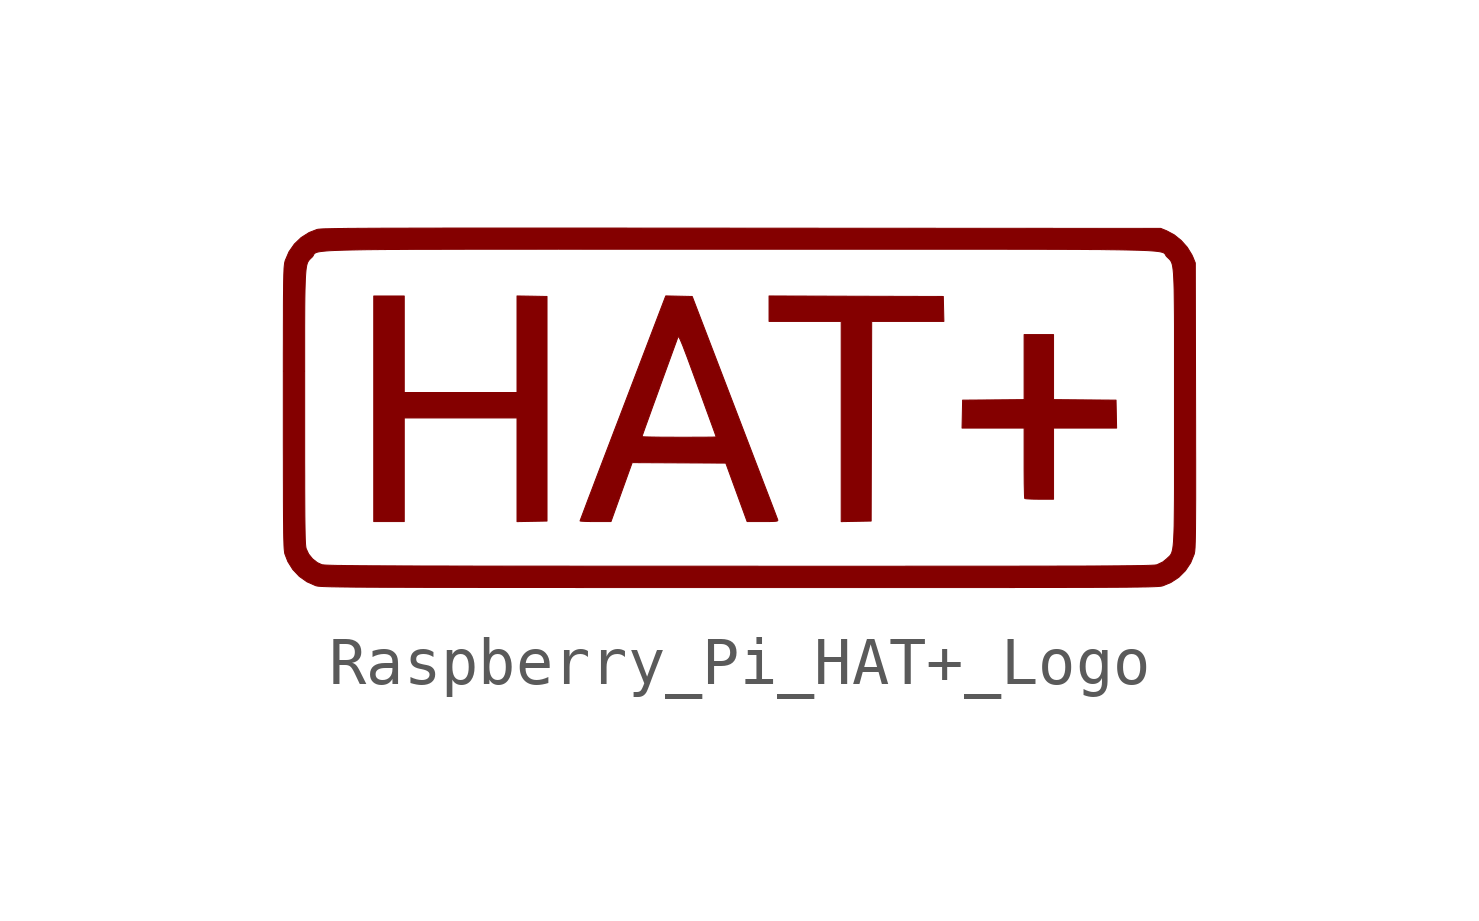
<source format=kicad_sym>
(kicad_symbol_lib
  (version 20231120)
  (generator "kicad_symbol_editor")
  (generator_version "8.0")
  (symbol "Raspberry_Pi_HAT+_Logo"
    (pin_names
      (offset 1.016))
    (property "Reference" "#G"
      (at 0 5.08 0)
      (effects (font (size 1.27 1.27)) (hide yes)))
    (symbol "Raspberry_Pi_HAT+_Logo_0_0"
      (polyline (pts (xy 2.429 -2.366) (xy 2.741 -2.36) (xy 2.747 -0.28) (xy 2.752 1.799) (xy 3.504 1.799) (xy 4.256 1.799) (xy 4.25 2.058) (xy 4.244 2.318) (xy 2.429 2.323) (xy 0.614 2.329) (xy 0.614 2.064) (xy 0.614 1.799) (xy 1.365 1.799) (xy 2.117 1.799) (xy 2.117 -0.286) (xy 2.117 -2.372) (xy 2.429 -2.366)) (stroke (width 0.01) (type default)) (fill (type outline)))
      (polyline (pts (xy -4.323 -2.366) (xy -4.011 -2.36) (xy -4.011 -0.021) (xy -4.011 2.318) (xy -4.323 2.324) (xy -4.636 2.329) (xy -4.636 1.323) (xy -4.636 0.318) (xy -5.81 0.318) (xy -6.985 0.318) (xy -6.985 1.323) (xy -6.985 2.328) (xy -7.303 2.328) (xy -7.62 2.328) (xy -7.62 -0.021) (xy -7.62 -2.371) (xy -7.303 -2.371) (xy -6.985 -2.371) (xy -6.985 -1.291) (xy -6.985 -0.212) (xy -5.81 -0.212) (xy -4.636 -0.212) (xy -4.636 -1.292) (xy -4.636 -2.372) (xy -4.323 -2.366)) (stroke (width 0.01) (type default)) (fill (type outline)))
      (polyline (pts (xy 6.54 -1.164) (xy 6.54 -0.423) (xy 7.197 -0.423) (xy 7.854 -0.423) (xy 7.848 -0.132) (xy 7.842 0.159) (xy 7.191 0.164) (xy 6.54 0.17) (xy 6.54 0.847) (xy 6.54 1.524) (xy 6.234 1.524) (xy 5.927 1.524) (xy 5.927 0.847) (xy 5.927 0.17) (xy 5.286 0.164) (xy 4.646 0.159) (xy 4.64 -0.132) (xy 4.634 -0.423) (xy 5.28 -0.423) (xy 5.927 -0.423) (xy 5.927 -1.15) (xy 5.927 -1.287) (xy 5.928 -1.448) (xy 5.929 -1.591) (xy 5.932 -1.712) (xy 5.934 -1.806) (xy 5.937 -1.867) (xy 5.941 -1.891) (xy 5.944 -1.892) (xy 5.981 -1.897) (xy 6.049 -1.901) (xy 6.14 -1.904) (xy 6.248 -1.905) (xy 6.54 -1.905) (xy 6.54 -1.164)) (stroke (width 0.01) (type default)) (fill (type outline)))
      (polyline (pts (xy -2.458 -1.757) (xy -2.237 -1.143) (xy -1.262 -1.148) (xy -0.287 -1.153) (xy -0.065 -1.762) (xy 0.157 -2.371) (xy 0.482 -2.371) (xy 0.518 -2.371) (xy 0.631 -2.37) (xy 0.71 -2.368) (xy 0.76 -2.364) (xy 0.787 -2.358) (xy 0.797 -2.348) (xy 0.795 -2.334) (xy 0.792 -2.325) (xy 0.775 -2.281) (xy 0.745 -2.201) (xy 0.702 -2.088) (xy 0.647 -1.944) (xy 0.581 -1.772) (xy 0.505 -1.575) (xy 0.421 -1.354) (xy 0.328 -1.112) (xy 0.229 -0.853) (xy 0.123 -0.577) (xy 0.013 -0.289) (xy -0.102 0.011) (xy -0.986 2.318) (xy -1.262 2.324) (xy -1.538 2.33) (xy -2.43 -0.007) (xy -2.502 -0.196) (xy -2.615 -0.49) (xy -2.657 -0.601) (xy -2.032 -0.601) (xy -2.032 -0.599) (xy -2.022 -0.569) (xy -1.999 -0.504) (xy -1.965 -0.408) (xy -1.92 -0.284) (xy -1.867 -0.137) (xy -1.807 0.031) (xy -1.74 0.214) (xy -1.669 0.41) (xy -1.657 0.445) (xy -1.586 0.641) (xy -1.519 0.825) (xy -1.457 0.995) (xy -1.403 1.144) (xy -1.357 1.271) (xy -1.321 1.369) (xy -1.297 1.437) (xy -1.286 1.468) (xy -1.284 1.473) (xy -1.277 1.48) (xy -1.268 1.475) (xy -1.255 1.457) (xy -1.238 1.422) (xy -1.214 1.367) (xy -1.182 1.29) (xy -1.143 1.187) (xy -1.093 1.056) (xy -1.033 0.893) (xy -0.961 0.697) (xy -0.876 0.463) (xy -0.838 0.361) (xy -0.767 0.165) (xy -0.701 -0.017) (xy -0.641 -0.181) (xy -0.589 -0.324) (xy -0.546 -0.442) (xy -0.514 -0.531) (xy -0.494 -0.588) (xy -0.487 -0.608) (xy -0.487 -0.608) (xy -0.508 -0.609) (xy -0.567 -0.611) (xy -0.658 -0.612) (xy -0.778 -0.613) (xy -0.921 -0.613) (xy -1.083 -0.614) (xy -1.259 -0.614) (xy -1.263 -0.614) (xy -1.439 -0.613) (xy -1.601 -0.613) (xy -1.743 -0.611) (xy -1.863 -0.609) (xy -1.954 -0.607) (xy -2.012 -0.604) (xy -2.032 -0.601) (xy -2.657 -0.601) (xy -2.722 -0.771) (xy -2.824 -1.038) (xy -2.919 -1.287) (xy -3.006 -1.516) (xy -3.084 -1.723) (xy -3.154 -1.905) (xy -3.212 -2.06) (xy -3.259 -2.185) (xy -3.294 -2.278) (xy -3.316 -2.336) (xy -3.323 -2.357) (xy -3.317 -2.36) (xy -3.277 -2.364) (xy -3.207 -2.368) (xy -3.112 -2.37) (xy -3 -2.371) (xy -2.678 -2.371) (xy -2.458 -1.757)) (stroke (width 0.01) (type default)) (fill (type outline)))
      (polyline (pts (xy 3.327 -3.745) (xy 3.848 -3.745) (xy 4.335 -3.745) (xy 4.789 -3.745) (xy 5.21 -3.745) (xy 5.6 -3.745) (xy 5.961 -3.744) (xy 6.292 -3.744) (xy 6.597 -3.744) (xy 6.875 -3.743) (xy 7.128 -3.742) (xy 7.357 -3.742) (xy 7.564 -3.741) (xy 7.75 -3.74) (xy 7.916 -3.739) (xy 8.063 -3.738) (xy 8.192 -3.736) (xy 8.305 -3.735) (xy 8.402 -3.733) (xy 8.486 -3.732) (xy 8.557 -3.73) (xy 8.616 -3.728) (xy 8.665 -3.726) (xy 8.706 -3.724) (xy 8.738 -3.721) (xy 8.764 -3.719) (xy 8.784 -3.716) (xy 8.8 -3.713) (xy 8.813 -3.71) (xy 8.825 -3.706) (xy 8.986 -3.639) (xy 9.15 -3.531) (xy 9.288 -3.393) (xy 9.397 -3.23) (xy 9.471 -3.047) (xy 9.472 -3.042) (xy 9.476 -3.022) (xy 9.481 -2.994) (xy 9.484 -2.958) (xy 9.488 -2.912) (xy 9.49 -2.853) (xy 9.493 -2.778) (xy 9.495 -2.687) (xy 9.497 -2.576) (xy 9.498 -2.445) (xy 9.499 -2.29) (xy 9.5 -2.109) (xy 9.501 -1.901) (xy 9.501 -1.664) (xy 9.501 -1.394) (xy 9.501 -1.091) (xy 9.5 -0.752) (xy 9.5 -0.374) (xy 9.499 0.043) (xy 9.493 3.016) (xy 9.446 3.133) (xy 9.422 3.186) (xy 9.325 3.344) (xy 9.199 3.485) (xy 9.054 3.602) (xy 8.897 3.686) (xy 8.774 3.736) (xy 0.043 3.741) (xy -0.459 3.742) (xy -1.159 3.742) (xy -1.819 3.742) (xy -2.439 3.743) (xy -3.022 3.743) (xy -3.568 3.743) (xy -4.079 3.743) (xy -4.555 3.743) (xy -4.997 3.743) (xy -5.409 3.743) (xy -5.789 3.743) (xy -6.14 3.743) (xy -6.462 3.742) (xy -6.758 3.742) (xy -7.027 3.741) (xy -7.272 3.741) (xy -7.493 3.74) (xy -7.692 3.739) (xy -7.87 3.738) (xy -8.028 3.737) (xy -8.167 3.736) (xy -8.288 3.734) (xy -8.394 3.733) (xy -8.484 3.731) (xy -8.56 3.729) (xy -8.624 3.728) (xy -8.676 3.726) (xy -8.717 3.724) (xy -8.75 3.721) (xy -8.775 3.719) (xy -8.793 3.716) (xy -8.805 3.713) (xy -8.967 3.65) (xy -9.133 3.545) (xy -9.274 3.41) (xy -9.386 3.249) (xy -9.464 3.067) (xy -9.467 3.056) (xy -9.472 3.036) (xy -9.477 3.013) (xy -9.481 2.983) (xy -9.485 2.947) (xy -9.489 2.9) (xy -9.491 2.841) (xy -9.494 2.769) (xy -9.496 2.68) (xy -9.498 2.572) (xy -9.499 2.444) (xy -9.501 2.293) (xy -9.502 2.117) (xy -9.502 1.913) (xy -9.503 1.681) (xy -9.503 1.417) (xy -9.504 1.119) (xy -9.504 0.785) (xy -9.504 0.762) (xy -9.059 0.762) (xy -9.059 1.1) (xy -9.059 1.403) (xy -9.059 1.672) (xy -9.058 1.909) (xy -9.057 2.117) (xy -9.055 2.297) (xy -9.052 2.452) (xy -9.048 2.583) (xy -9.044 2.694) (xy -9.038 2.786) (xy -9.032 2.861) (xy -9.024 2.922) (xy -9.015 2.97) (xy -9.004 3.008) (xy -8.992 3.038) (xy -8.977 3.061) (xy -8.962 3.081) (xy -8.944 3.1) (xy -8.924 3.119) (xy -8.902 3.14) (xy -8.894 3.149) (xy -8.885 3.162) (xy -8.878 3.175) (xy -8.873 3.186) (xy -8.867 3.197) (xy -8.86 3.207) (xy -8.85 3.216) (xy -8.836 3.225) (xy -8.818 3.233) (xy -8.794 3.241) (xy -8.762 3.248) (xy -8.722 3.254) (xy -8.672 3.26) (xy -8.611 3.266) (xy -8.538 3.271) (xy -8.452 3.275) (xy -8.351 3.279) (xy -8.234 3.283) (xy -8.1 3.286) (xy -7.948 3.289) (xy -7.777 3.292) (xy -7.585 3.294) (xy -7.371 3.296) (xy -7.135 3.297) (xy -6.873 3.299) (xy -6.587 3.3) (xy -6.274 3.3) (xy -5.933 3.301) (xy -5.563 3.302) (xy -5.163 3.302) (xy -4.731 3.302) (xy -4.267 3.302) (xy -3.769 3.303) (xy -3.235 3.302) (xy -2.666 3.302) (xy -2.058 3.302) (xy -1.413 3.302) (xy -0.727 3.302) (xy 0 3.302) (xy 0.45 3.302) (xy 1.151 3.302) (xy 1.812 3.302) (xy 2.434 3.302) (xy 3.018 3.302) (xy 3.565 3.302) (xy 4.076 3.302) (xy 4.554 3.302) (xy 4.998 3.302) (xy 5.41 3.302) (xy 5.791 3.301) (xy 6.143 3.301) (xy 6.467 3.3) (xy 6.763 3.299) (xy 7.034 3.298) (xy 7.28 3.296) (xy 7.502 3.295) (xy 7.702 3.292) (xy 7.881 3.29) (xy 8.041 3.287) (xy 8.181 3.284) (xy 8.304 3.281) (xy 8.411 3.277) (xy 8.503 3.273) (xy 8.581 3.268) (xy 8.647 3.263) (xy 8.701 3.257) (xy 8.745 3.251) (xy 8.78 3.244) (xy 8.807 3.237) (xy 8.828 3.229) (xy 8.843 3.221) (xy 8.854 3.212) (xy 8.862 3.202) (xy 8.869 3.192) (xy 8.874 3.181) (xy 8.881 3.169) (xy 8.889 3.157) (xy 8.901 3.144) (xy 8.922 3.124) (xy 8.942 3.105) (xy 8.96 3.087) (xy 8.976 3.068) (xy 8.99 3.044) (xy 9.003 3.015) (xy 9.014 2.978) (xy 9.023 2.931) (xy 9.031 2.871) (xy 9.038 2.797) (xy 9.043 2.706) (xy 9.048 2.597) (xy 9.052 2.466) (xy 9.054 2.313) (xy 9.056 2.135) (xy 9.058 1.929) (xy 9.059 1.694) (xy 9.059 1.427) (xy 9.059 1.126) (xy 9.059 0.789) (xy 9.059 0.415) (xy 9.059 0) (xy 9.059 -0.412) (xy 9.059 -0.787) (xy 9.059 -1.124) (xy 9.059 -1.425) (xy 9.059 -1.692) (xy 9.058 -1.928) (xy 9.056 -2.134) (xy 9.054 -2.313) (xy 9.052 -2.467) (xy 9.048 -2.597) (xy 9.043 -2.707) (xy 9.038 -2.798) (xy 9.031 -2.872) (xy 9.023 -2.932) (xy 9.013 -2.979) (xy 9.002 -3.017) (xy 8.989 -3.046) (xy 8.975 -3.069) (xy 8.959 -3.088) (xy 8.94 -3.106) (xy 8.92 -3.124) (xy 8.898 -3.145) (xy 8.816 -3.212) (xy 8.694 -3.27) (xy 8.686 -3.272) (xy 8.669 -3.274) (xy 8.645 -3.277) (xy 8.611 -3.279) (xy 8.568 -3.281) (xy 8.513 -3.283) (xy 8.446 -3.285) (xy 8.365 -3.287) (xy 8.27 -3.288) (xy 8.158 -3.29) (xy 8.029 -3.291) (xy 7.881 -3.293) (xy 7.715 -3.294) (xy 7.527 -3.295) (xy 7.317 -3.296) (xy 7.084 -3.297) (xy 6.827 -3.297) (xy 6.543 -3.298) (xy 6.234 -3.299) (xy 5.896 -3.299) (xy 5.529 -3.3) (xy 5.131 -3.3) (xy 4.702 -3.3) (xy 4.241 -3.3) (xy 3.745 -3.3) (xy 3.214 -3.301) (xy 2.647 -3.301) (xy 2.042 -3.301) (xy 1.399 -3.301) (xy 0.715 -3.301) (xy -0.009 -3.3) (xy -0.535 -3.3) (xy -1.234 -3.3) (xy -1.892 -3.3) (xy -2.511 -3.3) (xy -3.092 -3.3) (xy -3.636 -3.299) (xy -4.144 -3.299) (xy -4.619 -3.299) (xy -5.059 -3.298) (xy -5.468 -3.298) (xy -5.846 -3.297) (xy -6.194 -3.296) (xy -6.513 -3.296) (xy -6.805 -3.295) (xy -7.071 -3.294) (xy -7.312 -3.293) (xy -7.528 -3.292) (xy -7.722 -3.291) (xy -7.895 -3.29) (xy -8.047 -3.288) (xy -8.18 -3.287) (xy -8.294 -3.285) (xy -8.392 -3.284) (xy -8.474 -3.282) (xy -8.542 -3.28) (xy -8.596 -3.278) (xy -8.638 -3.276) (xy -8.669 -3.273) (xy -8.691 -3.271) (xy -8.703 -3.268) (xy -8.795 -3.226) (xy -8.895 -3.147) (xy -8.976 -3.047) (xy -9.027 -2.937) (xy -9.028 -2.933) (xy -9.033 -2.912) (xy -9.037 -2.882) (xy -9.041 -2.842) (xy -9.044 -2.789) (xy -9.047 -2.722) (xy -9.049 -2.639) (xy -9.051 -2.536) (xy -9.053 -2.412) (xy -9.055 -2.265) (xy -9.056 -2.093) (xy -9.057 -1.893) (xy -9.058 -1.664) (xy -9.058 -1.403) (xy -9.059 -1.108) (xy -9.059 -0.778) (xy -9.059 -0.409) (xy -9.059 0) (xy -9.059 0.385) (xy -9.059 0.762) (xy -9.504 0.762) (xy -9.504 0.414) (xy -9.504 0.002) (xy -9.504 -0.0001) (xy -9.504 -0.415) (xy -9.504 -0.79) (xy -9.503 -1.127) (xy -9.503 -1.428) (xy -9.502 -1.695) (xy -9.502 -1.931) (xy -9.501 -2.136) (xy -9.5 -2.315) (xy -9.498 -2.467) (xy -9.497 -2.597) (xy -9.495 -2.705) (xy -9.492 -2.795) (xy -9.49 -2.867) (xy -9.487 -2.925) (xy -9.483 -2.97) (xy -9.479 -3.004) (xy -9.475 -3.03) (xy -9.47 -3.049) (xy -9.41 -3.204) (xy -9.306 -3.37) (xy -9.171 -3.513) (xy -9.011 -3.626) (xy -8.832 -3.705) (xy -8.823 -3.708) (xy -8.81 -3.711) (xy -8.794 -3.714) (xy -8.773 -3.717) (xy -8.747 -3.719) (xy -8.714 -3.722) (xy -8.672 -3.724) (xy -8.621 -3.726) (xy -8.56 -3.728) (xy -8.486 -3.73) (xy -8.4 -3.731) (xy -8.3 -3.733) (xy -8.184 -3.734) (xy -8.051 -3.736) (xy -7.9 -3.737) (xy -7.73 -3.738) (xy -7.54 -3.739) (xy -7.328 -3.74) (xy -7.093 -3.74) (xy -6.835 -3.741) (xy -6.551 -3.742) (xy -6.24 -3.742) (xy -5.902 -3.743) (xy -5.535 -3.743) (xy -5.138 -3.744) (xy -4.71 -3.744) (xy -4.249 -3.744) (xy -3.754 -3.744) (xy -3.224 -3.745) (xy -2.658 -3.745) (xy -2.055 -3.745) (xy -1.413 -3.745) (xy -0.73 -3.745) (xy -0.007 -3.745) (xy 0.154 -3.745) (xy 0.868 -3.745) (xy 1.541 -3.745) (xy 2.174 -3.745) (xy 2.769 -3.746) (xy 3.327 -3.745)) (stroke (width 0.01) (type default)) (fill (type outline))))))
</source>
